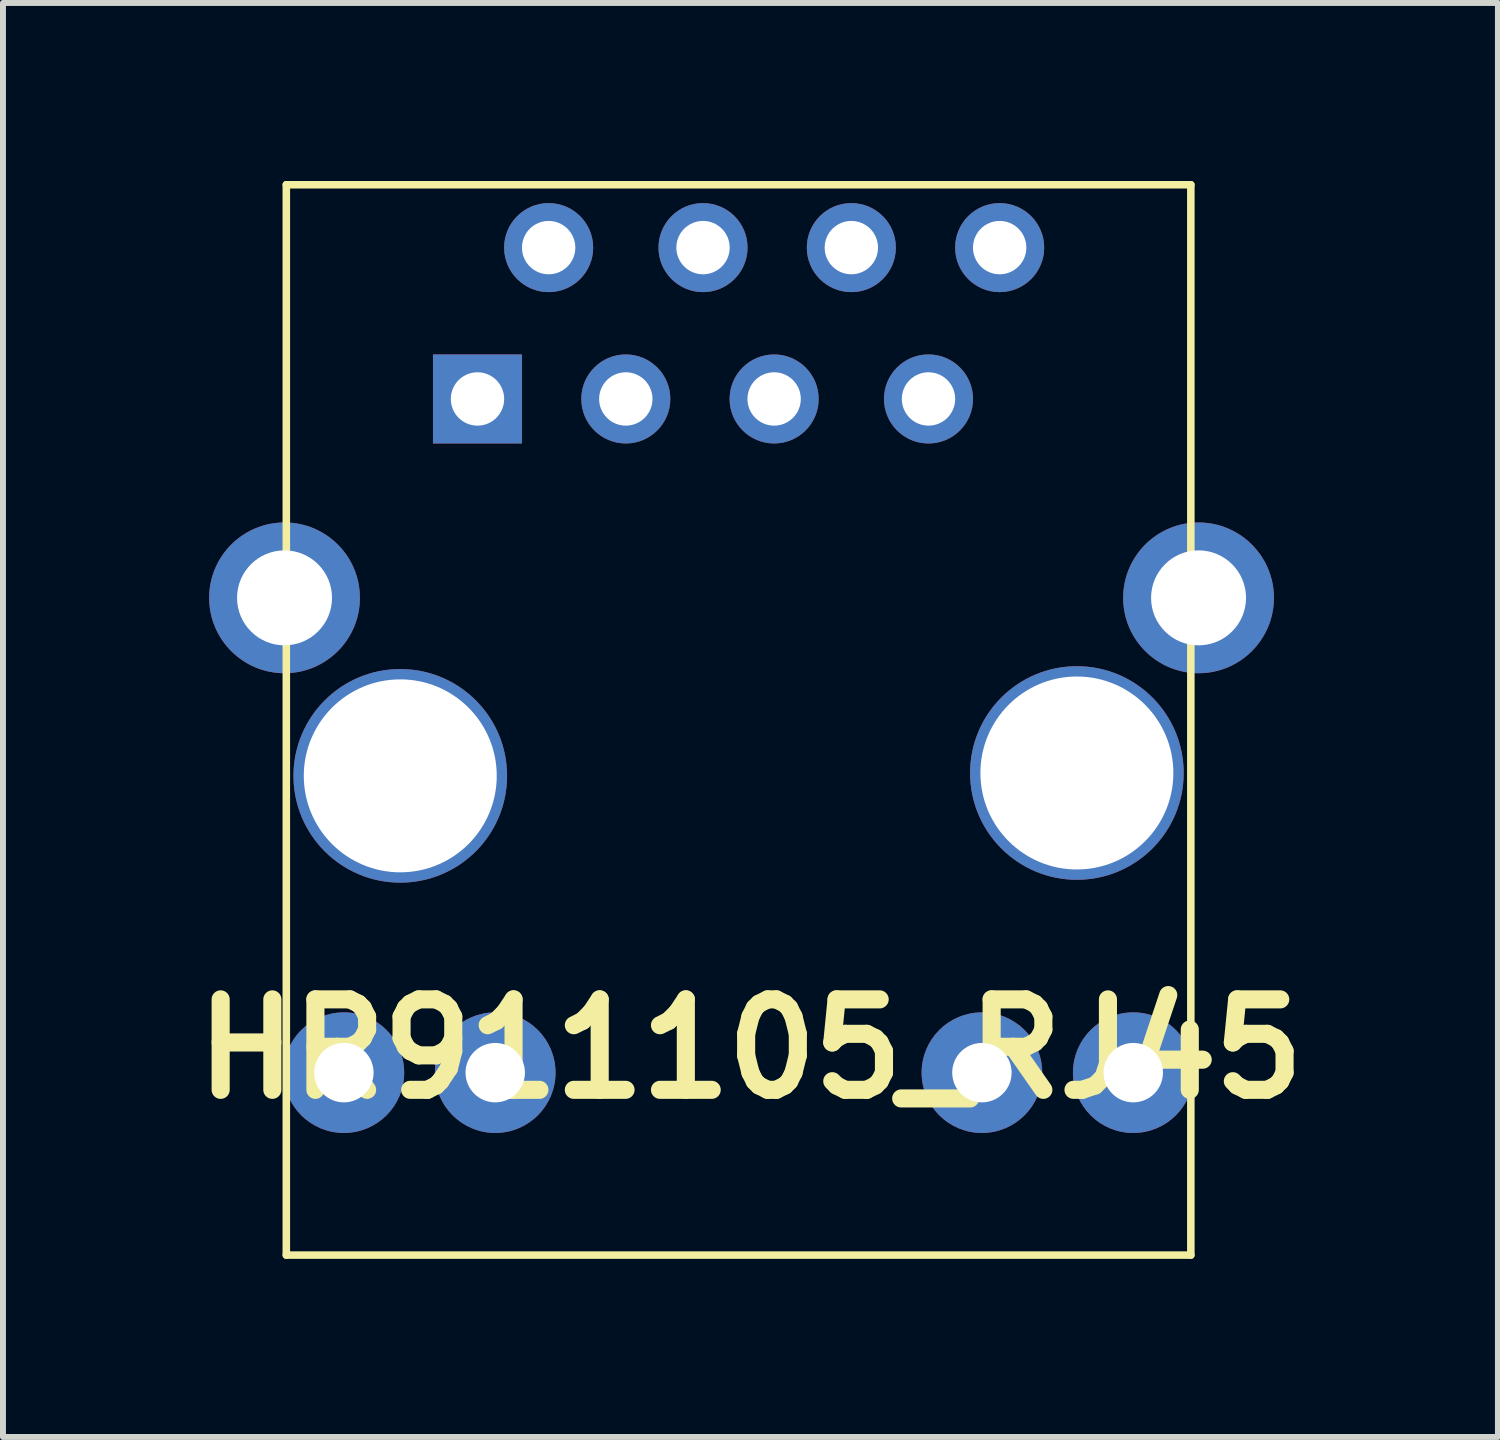
<source format=kicad_pcb>
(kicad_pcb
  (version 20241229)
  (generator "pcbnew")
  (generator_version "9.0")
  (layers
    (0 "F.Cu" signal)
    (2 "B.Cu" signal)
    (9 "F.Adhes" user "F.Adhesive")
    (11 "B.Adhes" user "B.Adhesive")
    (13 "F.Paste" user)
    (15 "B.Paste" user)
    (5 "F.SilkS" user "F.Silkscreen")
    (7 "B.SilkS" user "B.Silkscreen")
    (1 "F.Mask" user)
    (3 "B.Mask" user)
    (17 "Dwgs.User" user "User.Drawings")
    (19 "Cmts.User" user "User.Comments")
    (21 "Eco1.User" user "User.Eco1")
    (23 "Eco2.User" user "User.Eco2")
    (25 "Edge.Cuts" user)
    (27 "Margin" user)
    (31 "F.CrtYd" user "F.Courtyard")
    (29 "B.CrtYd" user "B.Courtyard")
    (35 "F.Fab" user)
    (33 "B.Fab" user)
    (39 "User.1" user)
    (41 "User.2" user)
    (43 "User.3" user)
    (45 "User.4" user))
  (footprint "HR911105_RJ45"
    (layer "F.Cu")
    (at 9.394 10.223)
    (property "Reference" "HR911105_RJ45" (at 0.2 4.4 180) (layer "F.SilkS") (effects (font (size 1.524 1.524) (thickness 0.305))))
    (attr through_hole)
    (fp_line (start -7.62 -10.16) (end -7.62 7.874) (stroke (width 0.127) (type solid)) (layer "F.SilkS"))
    (fp_line (start -7.62 7.874) (end 7.62 7.874) (stroke (width 0.127) (type solid)) (layer "F.SilkS"))
    (fp_line (start 7.62 -10.16) (end -7.62 -10.16) (stroke (width 0.127) (type solid)) (layer "F.SilkS"))
    (fp_line (start 7.62 7.874) (end 7.62 -10.16) (stroke (width 0.127) (type solid)) (layer "F.SilkS"))
    (pad "0" thru_hole circle (at -7.65 -3.2) (size 2.54 2.54) (drill 1.6) (layers "*.Cu" "*.Mask"))
    (pad "0" thru_hole circle (at 7.75 -3.2) (size 2.54 2.54) (drill 1.6) (layers "*.Cu" "*.Mask"))
    (pad "1" thru_hole rect (at -4.399 -6.551) (size 1.5 1.5) (drill 0.899) (layers "*.Cu" "*.Mask"))
    (pad "2" thru_hole circle (at -3.2 -9.101) (size 1.5 1.5) (drill 0.899) (layers "*.Cu" "*.Mask"))
    (pad "3" thru_hole circle (at -1.9 -6.551) (size 1.5 1.5) (drill 0.899) (layers "*.Cu" "*.Mask"))
    (pad "4" thru_hole circle (at -0.599 -9.101) (size 1.5 1.5) (drill 0.899) (layers "*.Cu" "*.Mask"))
    (pad "5" thru_hole circle (at 0.599 -6.551) (size 1.5 1.5) (drill 0.899) (layers "*.Cu" "*.Mask"))
    (pad "6" thru_hole circle (at 1.9 -9.101) (size 1.5 1.5) (drill 0.899) (layers "*.Cu" "*.Mask"))
    (pad "7" thru_hole circle (at 3.2 -6.551) (size 1.5 1.5) (drill 0.899) (layers "*.Cu" "*.Mask"))
    (pad "8" thru_hole circle (at 4.399 -9.101) (size 1.5 1.5) (drill 0.899) (layers "*.Cu" "*.Mask"))
    (pad "9" thru_hole circle (at -6.65 4.8) (size 2.032 2.032) (drill 1.001) (layers "*.Cu" "*.Mask"))
    (pad "10" thru_hole circle (at -4.1 4.8) (size 2.032 2.032) (drill 1.001) (layers "*.Cu" "*.Mask"))
    (pad "11" thru_hole circle (at 4.1 4.8) (size 2.032 2.032) (drill 1.001) (layers "*.Cu" "*.Mask"))
    (pad "12" thru_hole circle (at 6.65 4.8) (size 2.032 2.032) (drill 1.001) (layers "*.Cu" "*.Mask"))
    (pad "Hole" thru_hole circle (at -5.7 -0.201) (size 3.599 3.599) (drill 3.251) (layers "*.Cu" "*.Mask"))
    (pad "Hole" thru_hole circle (at 5.7 -0.249) (size 3.599 3.599) (drill 3.251) (layers "*.Cu" "*.Mask")))
  (gr_rect
    (start -3 -3)
    (end 22.188 21.161)
    (stroke (width 0.1) (type default))
    (fill no)
    (layer "Edge.Cuts")))
</source>
